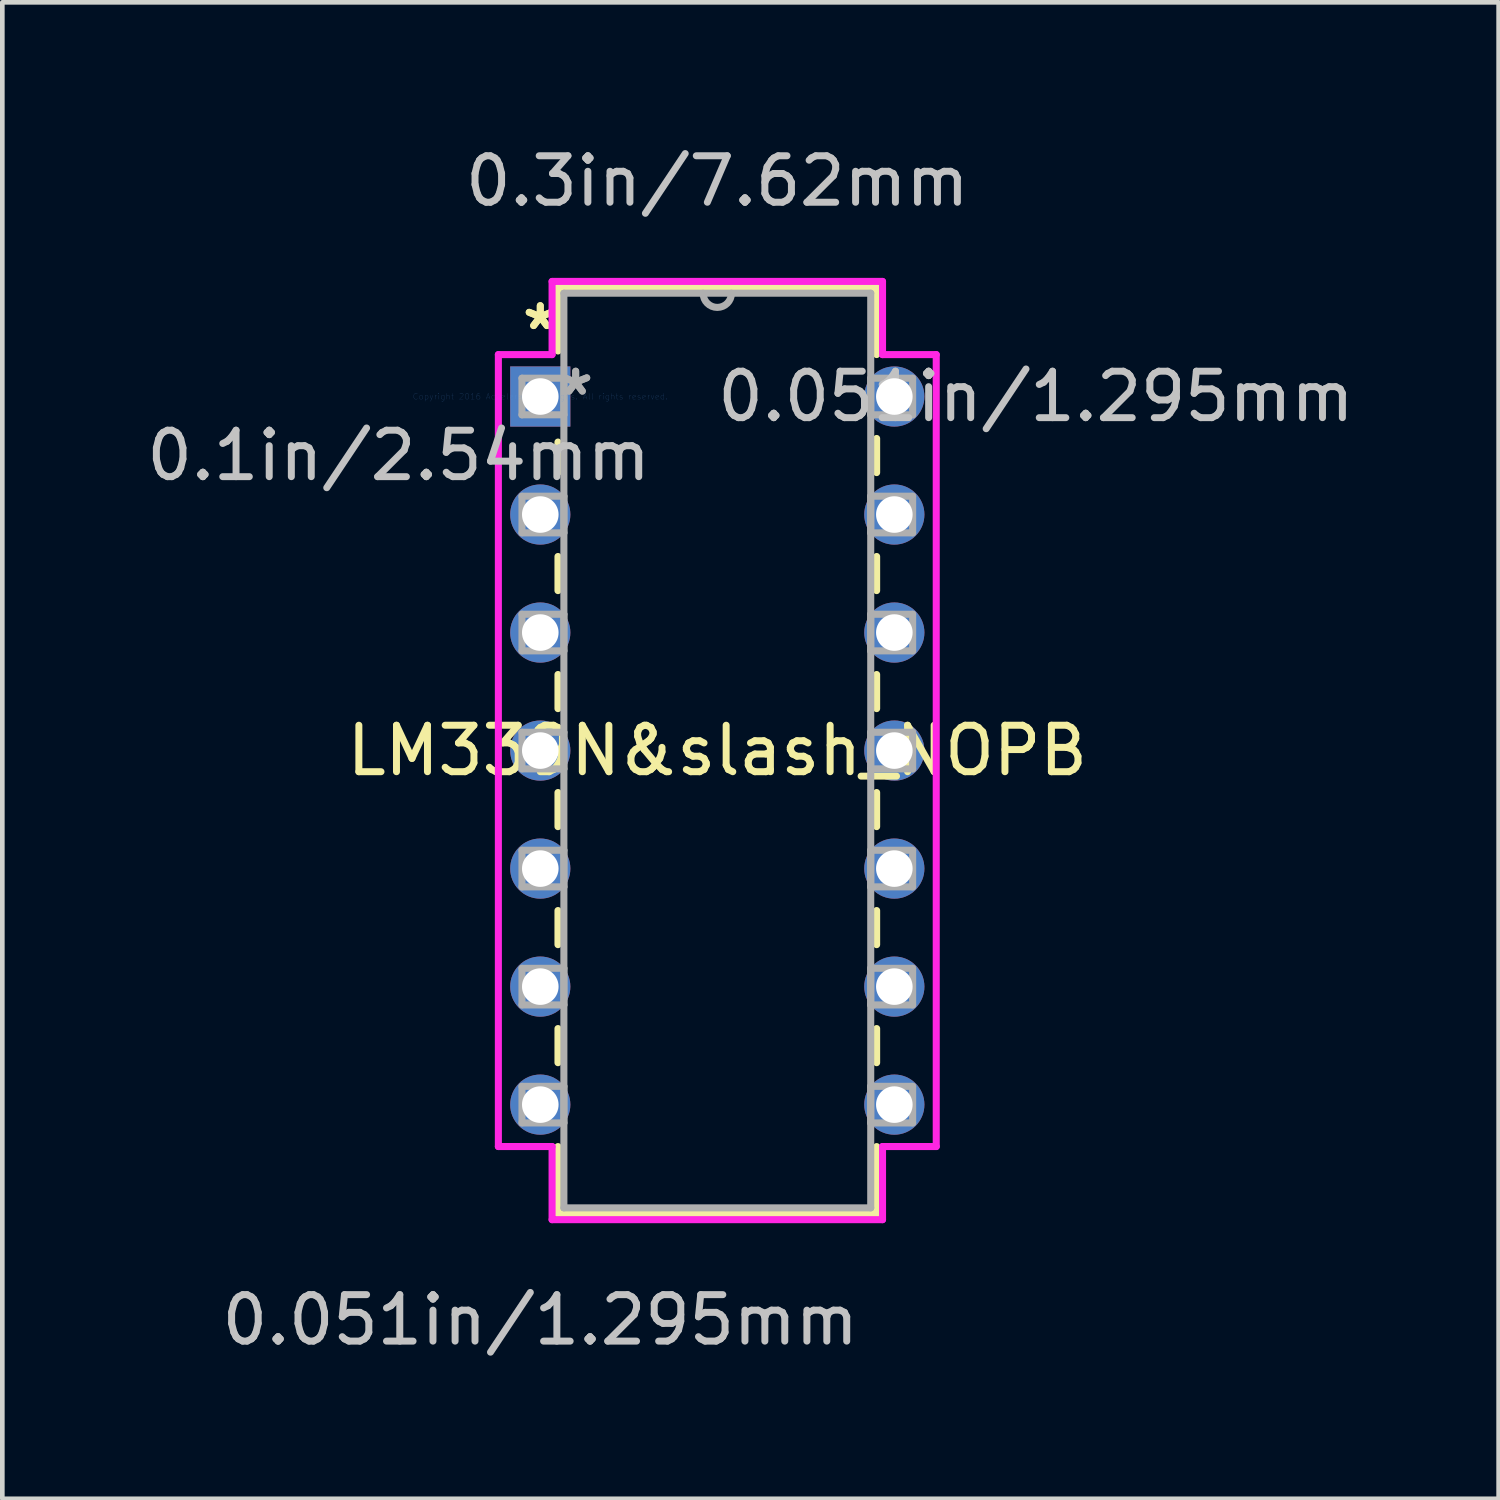
<source format=kicad_pcb>
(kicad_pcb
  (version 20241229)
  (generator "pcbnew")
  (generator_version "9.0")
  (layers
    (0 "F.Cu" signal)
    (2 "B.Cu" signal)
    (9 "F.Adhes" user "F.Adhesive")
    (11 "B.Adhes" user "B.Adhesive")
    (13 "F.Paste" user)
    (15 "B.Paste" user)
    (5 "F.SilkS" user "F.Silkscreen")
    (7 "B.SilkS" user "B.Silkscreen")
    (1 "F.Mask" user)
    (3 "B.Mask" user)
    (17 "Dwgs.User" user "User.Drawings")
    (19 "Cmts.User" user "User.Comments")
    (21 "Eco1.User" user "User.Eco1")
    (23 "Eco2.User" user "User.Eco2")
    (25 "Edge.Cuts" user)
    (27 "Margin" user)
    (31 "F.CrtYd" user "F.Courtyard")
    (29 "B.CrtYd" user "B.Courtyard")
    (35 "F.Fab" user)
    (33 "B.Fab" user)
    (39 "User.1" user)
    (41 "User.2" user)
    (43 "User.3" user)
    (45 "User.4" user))
  (footprint "LM339N&slash_NOPB"
    (layer "F.Cu")
    (at 8.578 5.484)
    (property "Reference" "LM339N&slash_NOPB" (at 3.81 7.62 0) (layer "F.SilkS") (effects (font (size 1 1) (thickness 0.15))))
    (attr through_hole)
    (fp_line (start 0.381 -2.349) (end 0.381 -0.98) (stroke (width 0.152) (type solid)) (layer "F.SilkS"))
    (fp_line (start 0.381 0.98) (end 0.381 1.637) (stroke (width 0.152) (type solid)) (layer "F.SilkS"))
    (fp_line (start 0.381 3.443) (end 0.381 4.177) (stroke (width 0.152) (type solid)) (layer "F.SilkS"))
    (fp_line (start 0.381 5.983) (end 0.381 6.717) (stroke (width 0.152) (type solid)) (layer "F.SilkS"))
    (fp_line (start 0.381 8.523) (end 0.381 9.257) (stroke (width 0.152) (type solid)) (layer "F.SilkS"))
    (fp_line (start 0.381 11.063) (end 0.381 11.797) (stroke (width 0.152) (type solid)) (layer "F.SilkS"))
    (fp_line (start 0.381 13.603) (end 0.381 14.337) (stroke (width 0.152) (type solid)) (layer "F.SilkS"))
    (fp_line (start 0.381 16.143) (end 0.381 17.59) (stroke (width 0.152) (type solid)) (layer "F.SilkS"))
    (fp_line (start 0.381 17.59) (end 7.239 17.59) (stroke (width 0.152) (type solid)) (layer "F.SilkS"))
    (fp_line (start 7.239 -2.349) (end 0.381 -2.349) (stroke (width 0.152) (type solid)) (layer "F.SilkS"))
    (fp_line (start 7.239 -0.903) (end 7.239 -2.349) (stroke (width 0.152) (type solid)) (layer "F.SilkS"))
    (fp_line (start 7.239 1.637) (end 7.239 0.903) (stroke (width 0.152) (type solid)) (layer "F.SilkS"))
    (fp_line (start 7.239 4.177) (end 7.239 3.443) (stroke (width 0.152) (type solid)) (layer "F.SilkS"))
    (fp_line (start 7.239 6.717) (end 7.239 5.983) (stroke (width 0.152) (type solid)) (layer "F.SilkS"))
    (fp_line (start 7.239 9.257) (end 7.239 8.523) (stroke (width 0.152) (type solid)) (layer "F.SilkS"))
    (fp_line (start 7.239 11.797) (end 7.239 11.063) (stroke (width 0.152) (type solid)) (layer "F.SilkS"))
    (fp_line (start 7.239 14.337) (end 7.239 13.603) (stroke (width 0.152) (type solid)) (layer "F.SilkS"))
    (fp_line (start 7.239 17.59) (end 7.239 16.143) (stroke (width 0.152) (type solid)) (layer "F.SilkS"))
    (fp_line (start -0.902 -0.902) (end -0.902 16.142) (stroke (width 0.152) (type solid)) (layer "F.CrtYd"))
    (fp_line (start -0.902 16.142) (end 0.254 16.142) (stroke (width 0.152) (type solid)) (layer "F.CrtYd"))
    (fp_line (start 0.254 -2.477) (end 0.254 -0.902) (stroke (width 0.152) (type solid)) (layer "F.CrtYd"))
    (fp_line (start 0.254 -0.902) (end -0.902 -0.902) (stroke (width 0.152) (type solid)) (layer "F.CrtYd"))
    (fp_line (start 0.254 16.142) (end 0.254 17.716) (stroke (width 0.152) (type solid)) (layer "F.CrtYd"))
    (fp_line (start 0.254 17.716) (end 7.366 17.716) (stroke (width 0.152) (type solid)) (layer "F.CrtYd"))
    (fp_line (start 7.366 -2.477) (end 0.254 -2.477) (stroke (width 0.152) (type solid)) (layer "F.CrtYd"))
    (fp_line (start 7.366 -0.902) (end 7.366 -2.477) (stroke (width 0.152) (type solid)) (layer "F.CrtYd"))
    (fp_line (start 7.366 16.142) (end 8.522 16.142) (stroke (width 0.152) (type solid)) (layer "F.CrtYd"))
    (fp_line (start 7.366 17.716) (end 7.366 16.142) (stroke (width 0.152) (type solid)) (layer "F.CrtYd"))
    (fp_line (start 8.522 -0.902) (end 7.366 -0.902) (stroke (width 0.152) (type solid)) (layer "F.CrtYd"))
    (fp_line (start 8.522 16.142) (end 8.522 -0.902) (stroke (width 0.152) (type solid)) (layer "F.CrtYd"))
    (fp_line (start -0.394 -0.394) (end -0.394 0.394) (stroke (width 0.152) (type solid)) (layer "F.Fab"))
    (fp_line (start -0.394 0.394) (end 0.508 0.394) (stroke (width 0.152) (type solid)) (layer "F.Fab"))
    (fp_line (start -0.394 2.146) (end -0.394 2.934) (stroke (width 0.152) (type solid)) (layer "F.Fab"))
    (fp_line (start -0.394 2.934) (end 0.508 2.934) (stroke (width 0.152) (type solid)) (layer "F.Fab"))
    (fp_line (start -0.394 4.686) (end -0.394 5.474) (stroke (width 0.152) (type solid)) (layer "F.Fab"))
    (fp_line (start -0.394 5.474) (end 0.508 5.474) (stroke (width 0.152) (type solid)) (layer "F.Fab"))
    (fp_line (start -0.394 7.226) (end -0.394 8.014) (stroke (width 0.152) (type solid)) (layer "F.Fab"))
    (fp_line (start -0.394 8.014) (end 0.508 8.014) (stroke (width 0.152) (type solid)) (layer "F.Fab"))
    (fp_line (start -0.394 9.766) (end -0.394 10.554) (stroke (width 0.152) (type solid)) (layer "F.Fab"))
    (fp_line (start -0.394 10.554) (end 0.508 10.554) (stroke (width 0.152) (type solid)) (layer "F.Fab"))
    (fp_line (start -0.394 12.306) (end -0.394 13.094) (stroke (width 0.152) (type solid)) (layer "F.Fab"))
    (fp_line (start -0.394 13.094) (end 0.508 13.094) (stroke (width 0.152) (type solid)) (layer "F.Fab"))
    (fp_line (start -0.394 14.846) (end -0.394 15.634) (stroke (width 0.152) (type solid)) (layer "F.Fab"))
    (fp_line (start -0.394 15.634) (end 0.508 15.634) (stroke (width 0.152) (type solid)) (layer "F.Fab"))
    (fp_line (start 0.508 -2.223) (end 0.508 17.462) (stroke (width 0.152) (type solid)) (layer "F.Fab"))
    (fp_line (start 0.508 -0.394) (end -0.394 -0.394) (stroke (width 0.152) (type solid)) (layer "F.Fab"))
    (fp_line (start 0.508 0.394) (end 0.508 -0.394) (stroke (width 0.152) (type solid)) (layer "F.Fab"))
    (fp_line (start 0.508 2.146) (end -0.394 2.146) (stroke (width 0.152) (type solid)) (layer "F.Fab"))
    (fp_line (start 0.508 2.934) (end 0.508 2.146) (stroke (width 0.152) (type solid)) (layer "F.Fab"))
    (fp_line (start 0.508 4.686) (end -0.394 4.686) (stroke (width 0.152) (type solid)) (layer "F.Fab"))
    (fp_line (start 0.508 5.474) (end 0.508 4.686) (stroke (width 0.152) (type solid)) (layer "F.Fab"))
    (fp_line (start 0.508 7.226) (end -0.394 7.226) (stroke (width 0.152) (type solid)) (layer "F.Fab"))
    (fp_line (start 0.508 8.014) (end 0.508 7.226) (stroke (width 0.152) (type solid)) (layer "F.Fab"))
    (fp_line (start 0.508 9.766) (end -0.394 9.766) (stroke (width 0.152) (type solid)) (layer "F.Fab"))
    (fp_line (start 0.508 10.554) (end 0.508 9.766) (stroke (width 0.152) (type solid)) (layer "F.Fab"))
    (fp_line (start 0.508 12.306) (end -0.394 12.306) (stroke (width 0.152) (type solid)) (layer "F.Fab"))
    (fp_line (start 0.508 13.094) (end 0.508 12.306) (stroke (width 0.152) (type solid)) (layer "F.Fab"))
    (fp_line (start 0.508 14.846) (end -0.394 14.846) (stroke (width 0.152) (type solid)) (layer "F.Fab"))
    (fp_line (start 0.508 15.634) (end 0.508 14.846) (stroke (width 0.152) (type solid)) (layer "F.Fab"))
    (fp_line (start 0.508 17.462) (end 7.112 17.462) (stroke (width 0.152) (type solid)) (layer "F.Fab"))
    (fp_line (start 7.112 -2.223) (end 0.508 -2.223) (stroke (width 0.152) (type solid)) (layer "F.Fab"))
    (fp_line (start 7.112 -0.394) (end 7.112 0.394) (stroke (width 0.152) (type solid)) (layer "F.Fab"))
    (fp_line (start 7.112 0.394) (end 8.014 0.394) (stroke (width 0.152) (type solid)) (layer "F.Fab"))
    (fp_line (start 7.112 2.146) (end 7.112 2.934) (stroke (width 0.152) (type solid)) (layer "F.Fab"))
    (fp_line (start 7.112 2.934) (end 8.014 2.934) (stroke (width 0.152) (type solid)) (layer "F.Fab"))
    (fp_line (start 7.112 4.686) (end 7.112 5.474) (stroke (width 0.152) (type solid)) (layer "F.Fab"))
    (fp_line (start 7.112 5.474) (end 8.014 5.474) (stroke (width 0.152) (type solid)) (layer "F.Fab"))
    (fp_line (start 7.112 7.226) (end 7.112 8.014) (stroke (width 0.152) (type solid)) (layer "F.Fab"))
    (fp_line (start 7.112 8.014) (end 8.014 8.014) (stroke (width 0.152) (type solid)) (layer "F.Fab"))
    (fp_line (start 7.112 9.766) (end 7.112 10.554) (stroke (width 0.152) (type solid)) (layer "F.Fab"))
    (fp_line (start 7.112 10.554) (end 8.014 10.554) (stroke (width 0.152) (type solid)) (layer "F.Fab"))
    (fp_line (start 7.112 12.306) (end 7.112 13.094) (stroke (width 0.152) (type solid)) (layer "F.Fab"))
    (fp_line (start 7.112 13.094) (end 8.014 13.094) (stroke (width 0.152) (type solid)) (layer "F.Fab"))
    (fp_line (start 7.112 14.846) (end 7.112 15.634) (stroke (width 0.152) (type solid)) (layer "F.Fab"))
    (fp_line (start 7.112 15.634) (end 8.014 15.634) (stroke (width 0.152) (type solid)) (layer "F.Fab"))
    (fp_line (start 7.112 17.462) (end 7.112 -2.223) (stroke (width 0.152) (type solid)) (layer "F.Fab"))
    (fp_line (start 8.014 -0.394) (end 7.112 -0.394) (stroke (width 0.152) (type solid)) (layer "F.Fab"))
    (fp_line (start 8.014 0.394) (end 8.014 -0.394) (stroke (width 0.152) (type solid)) (layer "F.Fab"))
    (fp_line (start 8.014 2.146) (end 7.112 2.146) (stroke (width 0.152) (type solid)) (layer "F.Fab"))
    (fp_line (start 8.014 2.934) (end 8.014 2.146) (stroke (width 0.152) (type solid)) (layer "F.Fab"))
    (fp_line (start 8.014 4.686) (end 7.112 4.686) (stroke (width 0.152) (type solid)) (layer "F.Fab"))
    (fp_line (start 8.014 5.474) (end 8.014 4.686) (stroke (width 0.152) (type solid)) (layer "F.Fab"))
    (fp_line (start 8.014 7.226) (end 7.112 7.226) (stroke (width 0.152) (type solid)) (layer "F.Fab"))
    (fp_line (start 8.014 8.014) (end 8.014 7.226) (stroke (width 0.152) (type solid)) (layer "F.Fab"))
    (fp_line (start 8.014 9.766) (end 7.112 9.766) (stroke (width 0.152) (type solid)) (layer "F.Fab"))
    (fp_line (start 8.014 10.554) (end 8.014 9.766) (stroke (width 0.152) (type solid)) (layer "F.Fab"))
    (fp_line (start 8.014 12.306) (end 7.112 12.306) (stroke (width 0.152) (type solid)) (layer "F.Fab"))
    (fp_line (start 8.014 13.094) (end 8.014 12.306) (stroke (width 0.152) (type solid)) (layer "F.Fab"))
    (fp_line (start 8.014 14.846) (end 7.112 14.846) (stroke (width 0.152) (type solid)) (layer "F.Fab"))
    (fp_line (start 8.014 15.634) (end 8.014 14.846) (stroke (width 0.152) (type solid)) (layer "F.Fab"))
    (fp_arc (start 4.1148 -2.2225) (mid 3.81 -1.9177) (end 3.5052 -2.2225) (stroke (width 0.1524) (type solid)) (layer "F.Fab"))
    (fp_text user "*" (at 0 -1.41 0) (layer "F.SilkS") (effects (font (size 1 1) (thickness 0.15))))
    (fp_text user "*" (at 0 -1.41 0) (layer "F.SilkS") (effects (font (size 1 1) (thickness 0.15))))
    (fp_text user "0.051in/1.295mm" (at 10.668 0 0) (layer "Dwgs.User") (effects (font (size 1 1) (thickness 0.15))))
    (fp_text user "0.051in/1.295mm" (at 0 19.875 0) (layer "Dwgs.User") (effects (font (size 1 1) (thickness 0.15))))
    (fp_text user "0.3in/7.62mm" (at 3.81 -4.636 0) (layer "Dwgs.User") (effects (font (size 1 1) (thickness 0.15))))
    (fp_text user "0.1in/2.54mm" (at -3.048 1.27 0) (layer "Dwgs.User") (effects (font (size 1 1) (thickness 0.15))))
    (fp_text user "Copyright 2016 Accelerated Designs. All rights reserved." (at 0 0 0) (layer "Cmts.User") (effects (font (size 0.127 0.127) (thickness 0.002))))
    (fp_text user "*" (at 0.762 0 0) (layer "F.Fab") (effects (font (size 1 1) (thickness 0.15))))
    (fp_text user "*" (at 0.762 0 0) (layer "F.Fab") (effects (font (size 1 1) (thickness 0.15))))
    (pad "1" thru_hole rect (at 0 0) (size 1.295 1.295) (drill 0.787) (layers "*.Cu" "*.Mask"))
    (pad "2" thru_hole circle (at 0 2.54) (size 1.295 1.295) (drill 0.787) (layers "*.Cu" "*.Mask"))
    (pad "3" thru_hole circle (at 0 5.08) (size 1.295 1.295) (drill 0.787) (layers "*.Cu" "*.Mask"))
    (pad "4" thru_hole circle (at 0 7.62) (size 1.295 1.295) (drill 0.787) (layers "*.Cu" "*.Mask"))
    (pad "5" thru_hole circle (at 0 10.16) (size 1.295 1.295) (drill 0.787) (layers "*.Cu" "*.Mask"))
    (pad "6" thru_hole circle (at 0 12.7) (size 1.295 1.295) (drill 0.787) (layers "*.Cu" "*.Mask"))
    (pad "7" thru_hole circle (at 0 15.24) (size 1.295 1.295) (drill 0.787) (layers "*.Cu" "*.Mask"))
    (pad "8" thru_hole circle (at 7.62 15.24) (size 1.295 1.295) (drill 0.787) (layers "*.Cu" "*.Mask"))
    (pad "9" thru_hole circle (at 7.62 12.7) (size 1.295 1.295) (drill 0.787) (layers "*.Cu" "*.Mask"))
    (pad "10" thru_hole circle (at 7.62 10.16) (size 1.295 1.295) (drill 0.787) (layers "*.Cu" "*.Mask"))
    (pad "11" thru_hole circle (at 7.62 7.62) (size 1.295 1.295) (drill 0.787) (layers "*.Cu" "*.Mask"))
    (pad "12" thru_hole circle (at 7.62 5.08) (size 1.295 1.295) (drill 0.787) (layers "*.Cu" "*.Mask"))
    (pad "13" thru_hole circle (at 7.62 2.54) (size 1.295 1.295) (drill 0.787) (layers "*.Cu" "*.Mask"))
    (pad "14" thru_hole circle (at 7.62 0) (size 1.295 1.295) (drill 0.787) (layers "*.Cu" "*.Mask")))
  (gr_rect
    (start -3 -3)
    (end 29.204 29.207)
    (stroke (width 0.1) (type default))
    (fill no)
    (layer "Edge.Cuts")))
</source>
